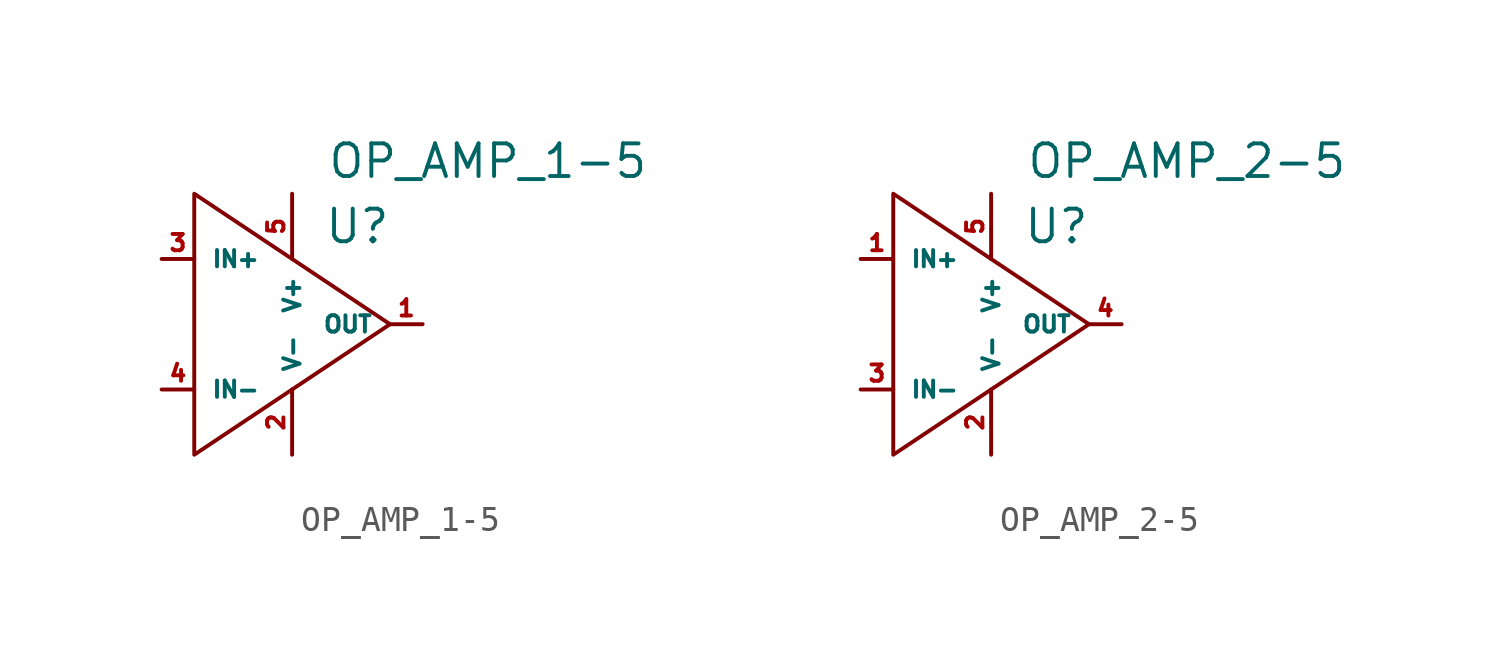
<source format=kicad_sym>
(kicad_symbol_lib
  (version 20211014)
  (generator kicad_symbol_editor)
  (symbol "OP_AMP_1-5"
    (pin_names
      (offset 0.635))
    (property "Reference" "U"
      (at 2.54 3.81 0)
      (effects (font (size 1.27 1.27))))
    (property "Value" "OP_AMP_1-5"
      (at 7.62 6.35 0)
      (effects (font (size 1.27 1.27))))
    (symbol "OP_AMP_1-5_0_1"
      (polyline (pts (xy -3.81 5.08) (xy 3.81 0) (xy -3.81 -5.08) (xy -3.81 5.08)) (stroke (width 0) (type default) (color 0 0 0 0)) (fill (type none))))
    (symbol "OP_AMP_1-5_1_1"
      (pin output line (at 5.08 0 180) (length 1.27) (name "OUT" (effects (font (size 0.635 0.635)))) (number "1" (effects (font (size 0.635 0.635)))))
      (pin power_in line (at 0 -5.08 90) (length 2.54) (name "V-" (effects (font (size 0.635 0.635)))) (number "2" (effects (font (size 0.635 0.635)))))
      (pin input line (at -5.08 2.54 0) (length 1.27) (name "IN+" (effects (font (size 0.635 0.635)))) (number "3" (effects (font (size 0.635 0.635)))))
      (pin input line (at -5.08 -2.54 0) (length 1.27) (name "IN-" (effects (font (size 0.635 0.635)))) (number "4" (effects (font (size 0.635 0.635)))))
      (pin power_in line (at 0 5.08 270) (length 2.54) (name "V+" (effects (font (size 0.635 0.635)))) (number "5" (effects (font (size 0.635 0.635)))))))
  (symbol "OP_AMP_2-5"
    (pin_names
      (offset 0.635))
    (property "Reference" "U"
      (at 2.54 3.81 0)
      (effects (font (size 1.27 1.27))))
    (property "Value" "OP_AMP_2-5"
      (at 7.62 6.35 0)
      (effects (font (size 1.27 1.27))))
    (symbol "OP_AMP_2-5_0_1"
      (polyline (pts (xy -3.81 5.08) (xy 3.81 0) (xy -3.81 -5.08) (xy -3.81 5.08)) (stroke (width 0) (type default) (color 0 0 0 0)) (fill (type none))))
    (symbol "OP_AMP_2-5_1_1"
      (pin input line (at -5.08 2.54 0) (length 1.27) (name "IN+" (effects (font (size 0.635 0.635)))) (number "1" (effects (font (size 0.635 0.635)))))
      (pin power_in line (at 0 -5.08 90) (length 2.54) (name "V-" (effects (font (size 0.635 0.635)))) (number "2" (effects (font (size 0.635 0.635)))))
      (pin input line (at -5.08 -2.54 0) (length 1.27) (name "IN-" (effects (font (size 0.635 0.635)))) (number "3" (effects (font (size 0.635 0.635)))))
      (pin output line (at 5.08 0 180) (length 1.27) (name "OUT" (effects (font (size 0.635 0.635)))) (number "4" (effects (font (size 0.635 0.635)))))
      (pin power_in line (at 0 5.08 270) (length 2.54) (name "V+" (effects (font (size 0.635 0.635)))) (number "5" (effects (font (size 0.635 0.635))))))))
</source>
